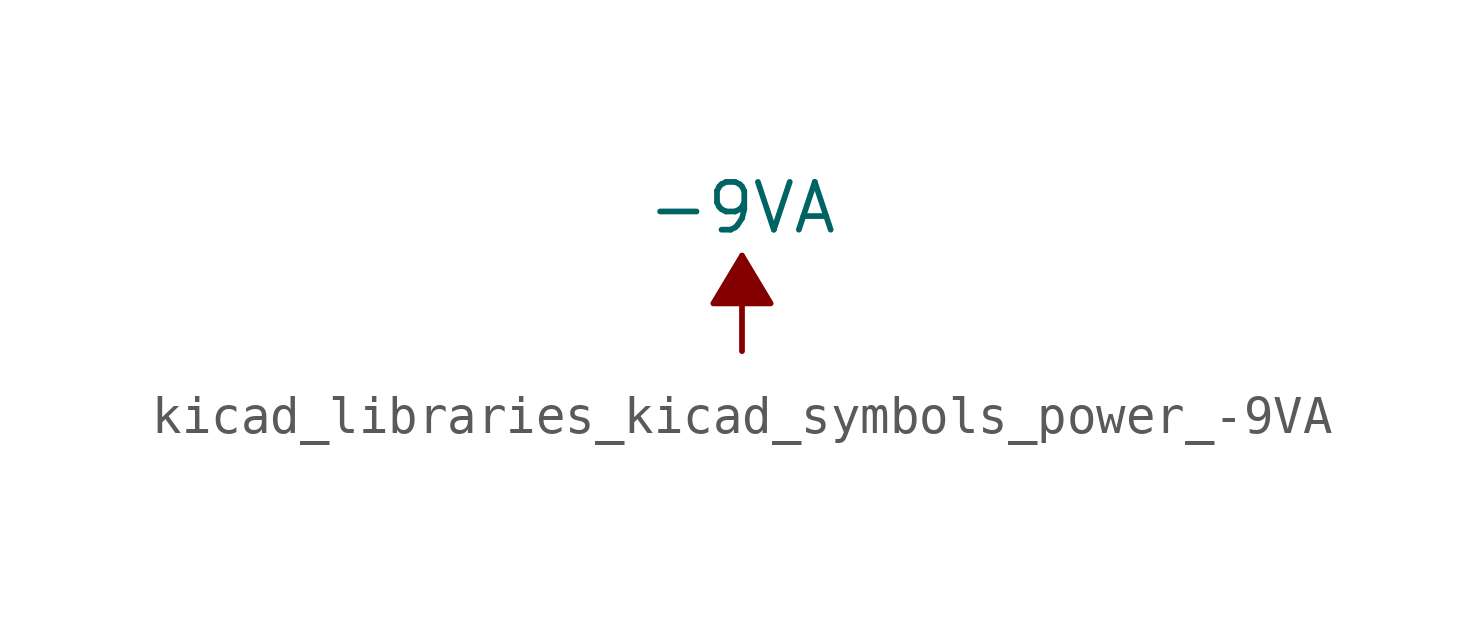
<source format=kicad_sym>
(kicad_symbol_lib
  (version 20220914)
  (generator kicad_symbol_editor)
  (symbol "kicad_libraries_kicad_symbols_power_-9VA"
    (power)
    (pin_names
      (offset 0))
    (property "Reference" "#PWR"
      (at 0 -3.175 0)
      (effects (font (size 1.27 1.27)) hide))
    (property "Value" "-9VA"
      (at 0 3.81 0)
      (effects (font (size 1.27 1.27))))
    (symbol "kicad_libraries_kicad_symbols_power_-9VA_0_1"
      (polyline (pts (xy 0 0) (xy 0 2.54)) (stroke (width 0) (type default)) (fill (type none)))
      (polyline (pts (xy 0.762 1.27) (xy -0.762 1.27) (xy 0 2.54) (xy 0.762 1.27)) (stroke (width 0) (type default)) (fill (type outline))))
    (symbol "kicad_libraries_kicad_symbols_power_-9VA_1_1"
      (pin power_in line (at 0 0 90) (length 0) hide (name "-9VA" (effects (font (size 1.27 1.27)))) (number "1" (effects (font (size 1.27 1.27))))))))
</source>
